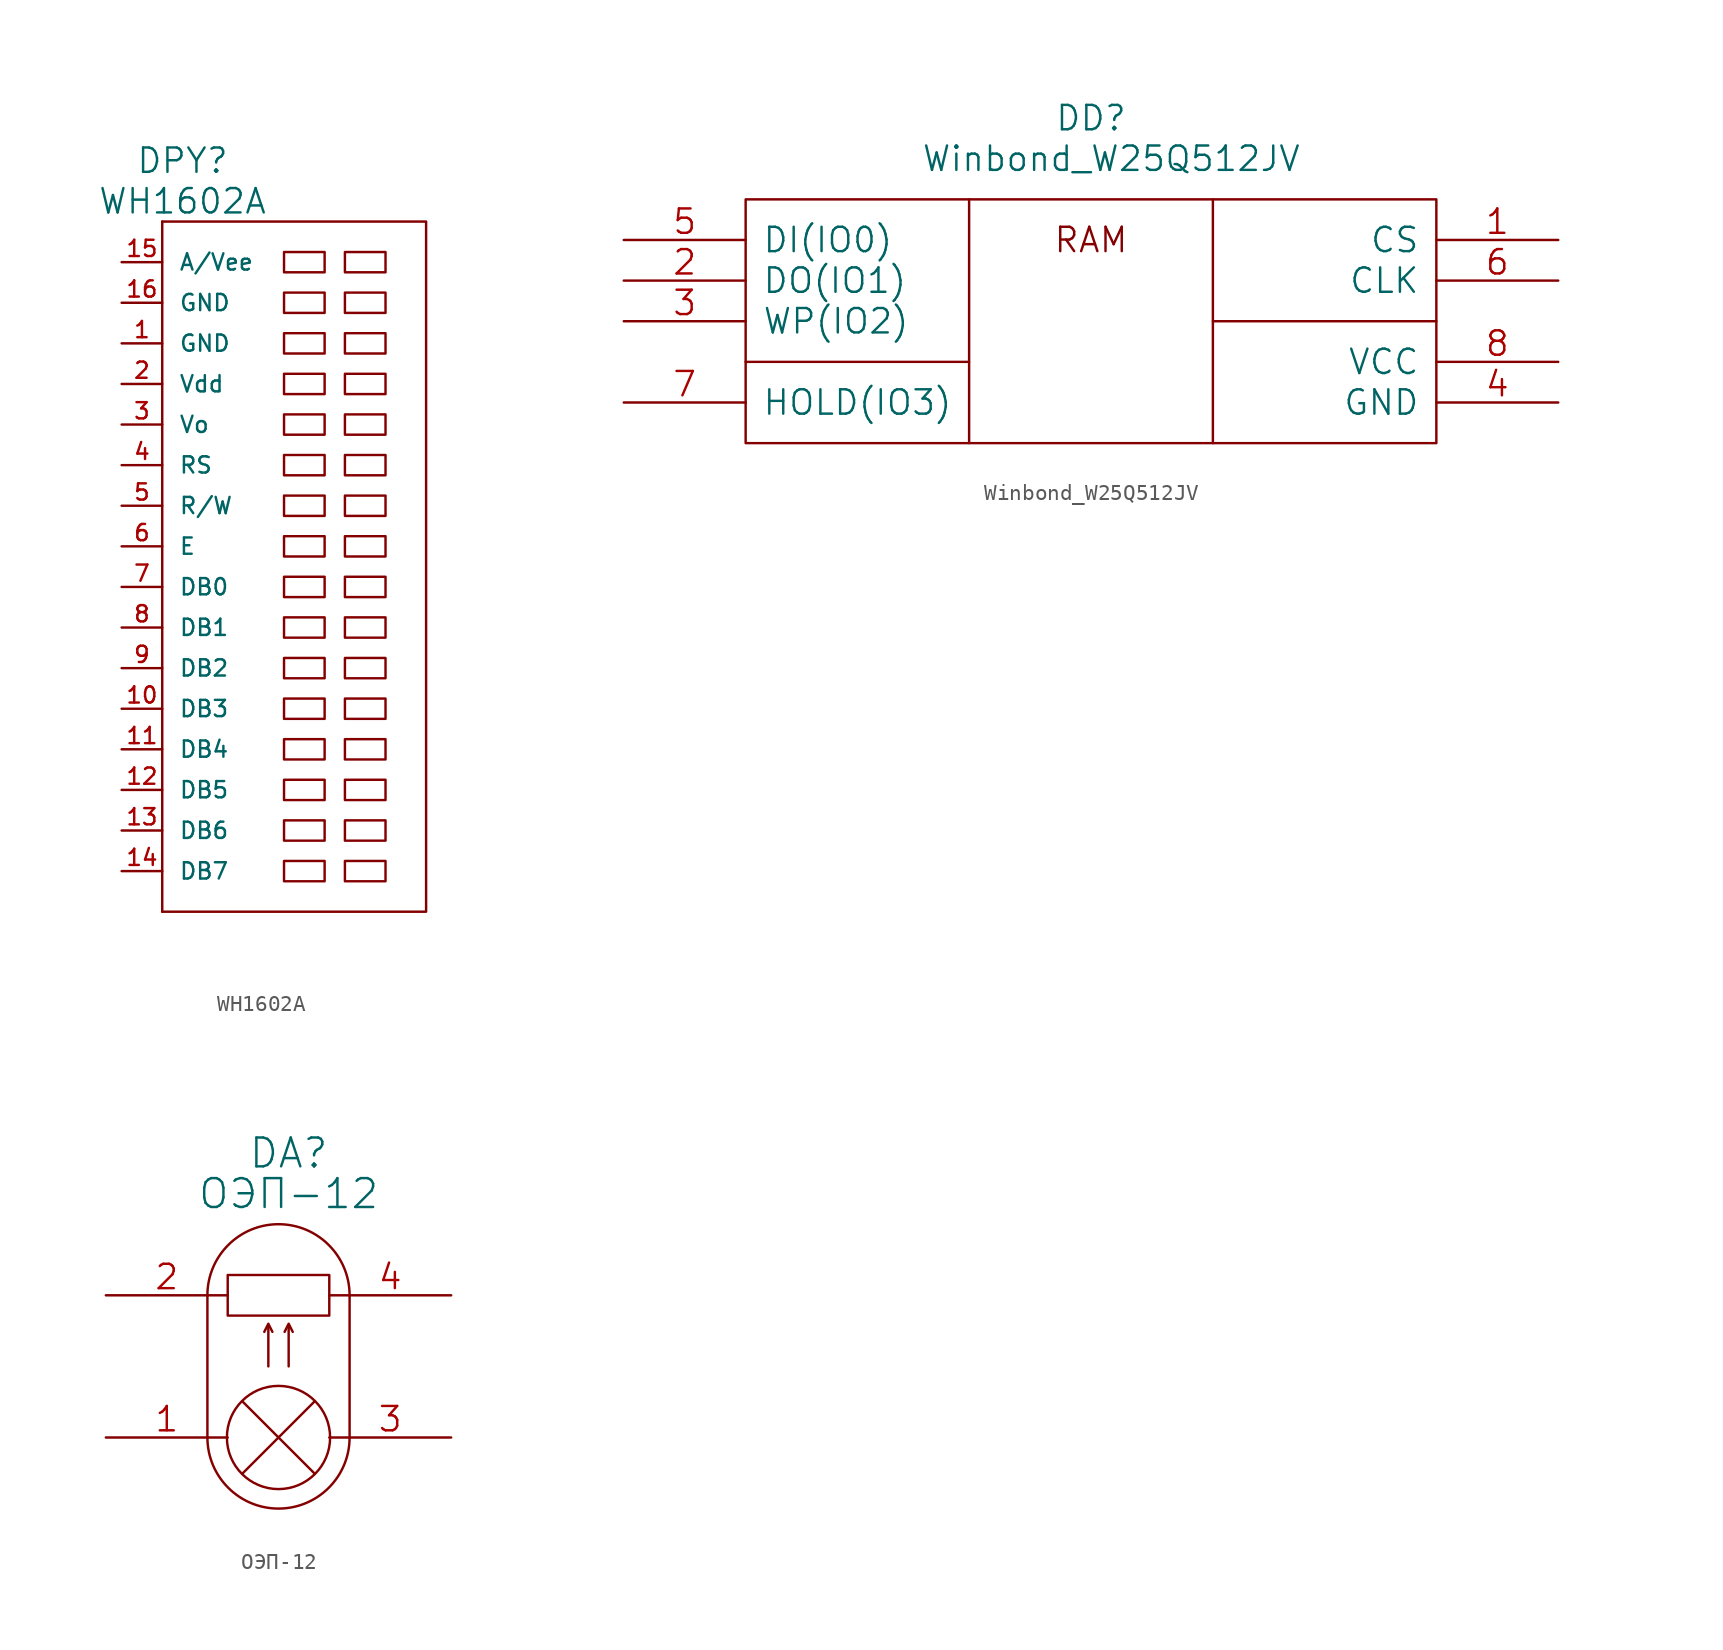
<source format=kicad_sym>
(kicad_symbol_lib
  (version 20211014)
  (generator kicad_symbol_editor)
  (symbol "WH1602A"
    (pin_names
      (offset 1.016))
    (property "Reference" "DPY"
      (at 3.81 6.35 0)
      (effects (font (size 1.524 1.524))))
    (property "Value" "WH1602A"
      (at 3.81 3.81 0)
      (effects (font (size 1.524 1.524))))
    (property "Footprint" ""
      (at 0 0 0)
      (effects (font (size 1.524 1.524))))
    (property "Datasheet" ""
      (at 0 0 0)
      (effects (font (size 1.524 1.524))))
    (symbol "WH1602A_0_1"
      (polyline (pts (xy 2.54 -40.64) (xy 2.54 2.54) (xy 2.54 2.54)) (stroke (width 0) (type default) (color 0 0 0 0)) (fill (type none)))
      (polyline (pts (xy 2.54 -40.64) (xy 19.05 -40.64) (xy 19.05 2.54) (xy 2.54 2.54) (xy 2.54 2.54)) (stroke (width 0) (type default) (color 0 0 0 0)) (fill (type none)))
      (rectangle (start 10.16 -37.465) (end 12.7 -38.735) (stroke (width 0) (type default) (color 0 0 0 0)) (fill (type none)))
      (rectangle (start 10.16 -34.925) (end 12.7 -36.195) (stroke (width 0) (type default) (color 0 0 0 0)) (fill (type none)))
      (rectangle (start 10.16 -32.385) (end 12.7 -33.655) (stroke (width 0) (type default) (color 0 0 0 0)) (fill (type none)))
      (rectangle (start 10.16 -29.845) (end 12.7 -31.115) (stroke (width 0) (type default) (color 0 0 0 0)) (fill (type none)))
      (rectangle (start 10.16 -27.305) (end 12.7 -28.575) (stroke (width 0) (type default) (color 0 0 0 0)) (fill (type none)))
      (rectangle (start 10.16 -24.765) (end 12.7 -26.035) (stroke (width 0) (type default) (color 0 0 0 0)) (fill (type none)))
      (rectangle (start 10.16 -22.225) (end 12.7 -23.495) (stroke (width 0) (type default) (color 0 0 0 0)) (fill (type none)))
      (rectangle (start 10.16 -19.685) (end 12.7 -20.955) (stroke (width 0) (type default) (color 0 0 0 0)) (fill (type none)))
      (rectangle (start 10.16 -17.145) (end 12.7 -18.415) (stroke (width 0) (type default) (color 0 0 0 0)) (fill (type none)))
      (rectangle (start 10.16 -14.605) (end 12.7 -15.875) (stroke (width 0) (type default) (color 0 0 0 0)) (fill (type none)))
      (rectangle (start 10.16 -12.065) (end 12.7 -13.335) (stroke (width 0) (type default) (color 0 0 0 0)) (fill (type none)))
      (rectangle (start 10.16 -9.525) (end 12.7 -10.795) (stroke (width 0) (type default) (color 0 0 0 0)) (fill (type none)))
      (rectangle (start 10.16 -6.985) (end 12.7 -8.255) (stroke (width 0) (type default) (color 0 0 0 0)) (fill (type none)))
      (rectangle (start 10.16 -4.445) (end 12.7 -5.715) (stroke (width 0) (type default) (color 0 0 0 0)) (fill (type none)))
      (rectangle (start 10.16 -1.905) (end 12.7 -3.175) (stroke (width 0) (type default) (color 0 0 0 0)) (fill (type none)))
      (rectangle (start 10.16 0.635) (end 12.7 -0.635) (stroke (width 0) (type default) (color 0 0 0 0)) (fill (type none)))
      (rectangle (start 13.97 -37.465) (end 16.51 -38.735) (stroke (width 0) (type default) (color 0 0 0 0)) (fill (type none)))
      (rectangle (start 13.97 -34.925) (end 16.51 -36.195) (stroke (width 0) (type default) (color 0 0 0 0)) (fill (type none)))
      (rectangle (start 13.97 -32.385) (end 16.51 -33.655) (stroke (width 0) (type default) (color 0 0 0 0)) (fill (type none)))
      (rectangle (start 13.97 -29.845) (end 16.51 -31.115) (stroke (width 0) (type default) (color 0 0 0 0)) (fill (type none)))
      (rectangle (start 13.97 -27.305) (end 16.51 -28.575) (stroke (width 0) (type default) (color 0 0 0 0)) (fill (type none)))
      (rectangle (start 13.97 -24.765) (end 16.51 -26.035) (stroke (width 0) (type default) (color 0 0 0 0)) (fill (type none)))
      (rectangle (start 13.97 -22.225) (end 16.51 -23.495) (stroke (width 0) (type default) (color 0 0 0 0)) (fill (type none)))
      (rectangle (start 13.97 -19.685) (end 16.51 -20.955) (stroke (width 0) (type default) (color 0 0 0 0)) (fill (type none)))
      (rectangle (start 13.97 -17.145) (end 16.51 -18.415) (stroke (width 0) (type default) (color 0 0 0 0)) (fill (type none)))
      (rectangle (start 13.97 -14.605) (end 16.51 -15.875) (stroke (width 0) (type default) (color 0 0 0 0)) (fill (type none)))
      (rectangle (start 13.97 -12.065) (end 16.51 -13.335) (stroke (width 0) (type default) (color 0 0 0 0)) (fill (type none)))
      (rectangle (start 13.97 -9.525) (end 16.51 -10.795) (stroke (width 0) (type default) (color 0 0 0 0)) (fill (type none)))
      (rectangle (start 13.97 -6.985) (end 16.51 -8.255) (stroke (width 0) (type default) (color 0 0 0 0)) (fill (type none)))
      (rectangle (start 13.97 -4.445) (end 16.51 -5.715) (stroke (width 0) (type default) (color 0 0 0 0)) (fill (type none)))
      (rectangle (start 13.97 -1.905) (end 16.51 -3.175) (stroke (width 0) (type default) (color 0 0 0 0)) (fill (type none)))
      (rectangle (start 13.97 0.635) (end 16.51 -0.635) (stroke (width 0) (type default) (color 0 0 0 0)) (fill (type none))))
    (symbol "WH1602A_1_1"
      (pin passive line (at 0 -5.08 0) (length 2.54) (name "GND" (effects (font (size 1.016 1.016)))) (number "1" (effects (font (size 1.016 1.016)))))
      (pin passive line (at 0 -27.94 0) (length 2.54) (name "DB3" (effects (font (size 1.016 1.016)))) (number "10" (effects (font (size 1.016 1.016)))))
      (pin passive line (at 0 -30.48 0) (length 2.54) (name "DB4" (effects (font (size 1.016 1.016)))) (number "11" (effects (font (size 1.016 1.016)))))
      (pin passive line (at 0 -33.02 0) (length 2.54) (name "DB5" (effects (font (size 1.016 1.016)))) (number "12" (effects (font (size 1.016 1.016)))))
      (pin passive line (at 0 -35.56 0) (length 2.54) (name "DB6" (effects (font (size 1.016 1.016)))) (number "13" (effects (font (size 1.016 1.016)))))
      (pin passive line (at 0 -38.1 0) (length 2.54) (name "DB7" (effects (font (size 1.016 1.016)))) (number "14" (effects (font (size 1.016 1.016)))))
      (pin passive line (at 0 0 0) (length 2.54) (name "A/Vee" (effects (font (size 1.016 1.016)))) (number "15" (effects (font (size 1.016 1.016)))))
      (pin passive line (at 0 -2.54 0) (length 2.54) (name "GND" (effects (font (size 1.016 1.016)))) (number "16" (effects (font (size 1.016 1.016)))))
      (pin passive line (at 0 -7.62 0) (length 2.54) (name "Vdd" (effects (font (size 1.016 1.016)))) (number "2" (effects (font (size 1.016 1.016)))))
      (pin passive line (at 0 -10.16 0) (length 2.54) (name "Vo" (effects (font (size 1.016 1.016)))) (number "3" (effects (font (size 1.016 1.016)))))
      (pin passive line (at 0 -12.7 0) (length 2.54) (name "RS" (effects (font (size 1.016 1.016)))) (number "4" (effects (font (size 1.016 1.016)))))
      (pin passive line (at 0 -15.24 0) (length 2.54) (name "R/W" (effects (font (size 1.016 1.016)))) (number "5" (effects (font (size 1.016 1.016)))))
      (pin passive line (at 0 -17.78 0) (length 2.54) (name "E" (effects (font (size 1.016 1.016)))) (number "6" (effects (font (size 1.016 1.016)))))
      (pin passive line (at 0 -20.32 0) (length 2.54) (name "DB0" (effects (font (size 1.016 1.016)))) (number "7" (effects (font (size 1.016 1.016)))))
      (pin passive line (at 0 -22.86 0) (length 2.54) (name "DB1" (effects (font (size 1.016 1.016)))) (number "8" (effects (font (size 1.016 1.016)))))
      (pin passive line (at 0 -25.4 0) (length 2.54) (name "DB2" (effects (font (size 1.016 1.016)))) (number "9" (effects (font (size 1.016 1.016)))))))
  (symbol "Winbond_W25Q512JV"
    (pin_names
      (offset 1.016))
    (property "Reference" "DD"
      (at 21.59 5.08 0)
      (effects (font (size 1.524 1.524))))
    (property "Value" "Winbond_W25Q512JV"
      (at 22.86 2.54 0)
      (effects (font (size 1.524 1.524))))
    (property "Footprint" ""
      (at 0 0 0)
      (effects (font (size 1.524 1.524))))
    (property "Datasheet" ""
      (at 0 0 0)
      (effects (font (size 1.524 1.524))))
    (symbol "Winbond_W25Q512JV_0_0"
      (polyline (pts (xy 0 -10.16) (xy 13.97 -10.16)) (stroke (width 0) (type default) (color 0 0 0 0)) (fill (type none)))
      (polyline (pts (xy 13.97 0) (xy 13.97 -15.24)) (stroke (width 0) (type default) (color 0 0 0 0)) (fill (type none)))
      (polyline (pts (xy 29.21 -7.62) (xy 43.18 -7.62)) (stroke (width 0) (type default) (color 0 0 0 0)) (fill (type none)))
      (rectangle (start 0 0) (end 43.18 -15.24) (stroke (width 0) (type default) (color 0 0 0 0)) (fill (type none)))
      (text "RAM" (at 21.59 -2.54 0) (effects (font (size 1.524 1.524))))
      (pin input line (at 50.8 -2.54 180) (length 7.62) (name "CS" (effects (font (size 1.524 1.524)))) (number "1" (effects (font (size 1.524 1.524)))))
      (pin bidirectional line (at -7.62 -5.08 0) (length 7.62) (name "DO(IO1)" (effects (font (size 1.524 1.524)))) (number "2" (effects (font (size 1.524 1.524)))))
      (pin bidirectional line (at -7.62 -7.62 0) (length 7.62) (name "WP(IO2)" (effects (font (size 1.524 1.524)))) (number "3" (effects (font (size 1.524 1.524)))))
      (pin passive line (at 50.8 -12.7 180) (length 7.62) (name "GND" (effects (font (size 1.524 1.524)))) (number "4" (effects (font (size 1.524 1.524)))))
      (pin bidirectional line (at -7.62 -2.54 0) (length 7.62) (name "DI(IO0)" (effects (font (size 1.524 1.524)))) (number "5" (effects (font (size 1.524 1.524)))))
      (pin input line (at 50.8 -5.08 180) (length 7.62) (name "CLK" (effects (font (size 1.524 1.524)))) (number "6" (effects (font (size 1.524 1.524)))))
      (pin bidirectional line (at -7.62 -12.7 0) (length 7.62) (name "HOLD(IO3)" (effects (font (size 1.524 1.524)))) (number "7" (effects (font (size 1.524 1.524)))))
      (pin power_in line (at 50.8 -10.16 180) (length 7.62) (name "VCC" (effects (font (size 1.524 1.524)))) (number "8" (effects (font (size 1.524 1.524))))))
    (symbol "Winbond_W25Q512JV_0_1"
      (polyline (pts (xy 29.21 0) (xy 29.21 -15.24)) (stroke (width 0) (type default) (color 0 0 0 0)) (fill (type none)))))
  (symbol "ОЭП-12"
    (property "Reference" "DA"
      (at 11.43 8.89 0)
      (effects (font (size 1.803 1.803))))
    (property "Value" "ОЭП-12"
      (at 11.43 6.35 0)
      (effects (font (size 1.803 1.803))))
    (property "Footprint" ""
      (at 0 0 0)
      (effects (font (size 1.524 1.524))))
    (property "Datasheet" ""
      (at 0 0 0)
      (effects (font (size 1.524 1.524))))
    (symbol "ОЭП-12_0_0"
      (pin input line (at 0 -8.89 0) (length 7.62) (name "~" (effects (font (size 1.524 1.524)))) (number "1" (effects (font (size 1.524 1.524)))))
      (pin input line (at 0 0 0) (length 7.62) (name "~" (effects (font (size 1.524 1.524)))) (number "2" (effects (font (size 1.524 1.524)))))
      (pin input line (at 21.59 -8.89 180) (length 7.62) (name "~" (effects (font (size 1.524 1.524)))) (number "3" (effects (font (size 1.524 1.524)))))
      (pin input line (at 21.59 0 180) (length 7.62) (name "~" (effects (font (size 1.524 1.524)))) (number "4" (effects (font (size 1.524 1.524))))))
    (symbol "ОЭП-12_0_1"
      (polyline (pts (xy 6.35 -8.89) (xy 6.35 0)) (stroke (width 0) (type default) (color 0 0 0 0)) (fill (type none)))
      (polyline (pts (xy 8.534 -6.629) (xy 13.056 -11.151)) (stroke (width 0) (type default) (color 0 0 0 0)) (fill (type none)))
      (polyline (pts (xy 10.16 -1.905) (xy 10.16 -4.445)) (stroke (width 0) (type default) (color 0 0 0 0)) (fill (type none)))
      (polyline (pts (xy 11.43 -1.905) (xy 11.43 -4.445)) (stroke (width 0) (type default) (color 0 0 0 0)) (fill (type none)))
      (polyline (pts (xy 13.056 -6.629) (xy 8.534 -11.151)) (stroke (width 0) (type default) (color 0 0 0 0)) (fill (type none)))
      (polyline (pts (xy 15.24 -8.89) (xy 15.24 0)) (stroke (width 0) (type default) (color 0 0 0 0)) (fill (type none)))
      (polyline (pts (xy 9.906 -2.286) (xy 10.16 -1.778) (xy 10.414 -2.286)) (stroke (width 0) (type default) (color 0 0 0 0)) (fill (type none)))
      (polyline (pts (xy 11.176 -2.286) (xy 11.43 -1.778) (xy 11.684 -2.286)) (stroke (width 0) (type default) (color 0 0 0 0)) (fill (type none)))
      (arc (start 6.35 -8.89) (mid 10.795 -13.335) (end 15.24 -8.89) (stroke (width 0) (type default) (color 0 0 0 0)) (fill (type none)))
      (rectangle (start 7.62 1.27) (end 13.97 -1.27) (stroke (width 0) (type default) (color 0 0 0 0)) (fill (type none)))
      (circle (center 10.795 -8.89) (radius 3.226) (stroke (width 0) (type default) (color 0 0 0 0)) (fill (type none)))
      (arc (start 15.24 0) (mid 10.795 4.445) (end 6.35 0) (stroke (width 0) (type default) (color 0 0 0 0)) (fill (type none))))))
</source>
